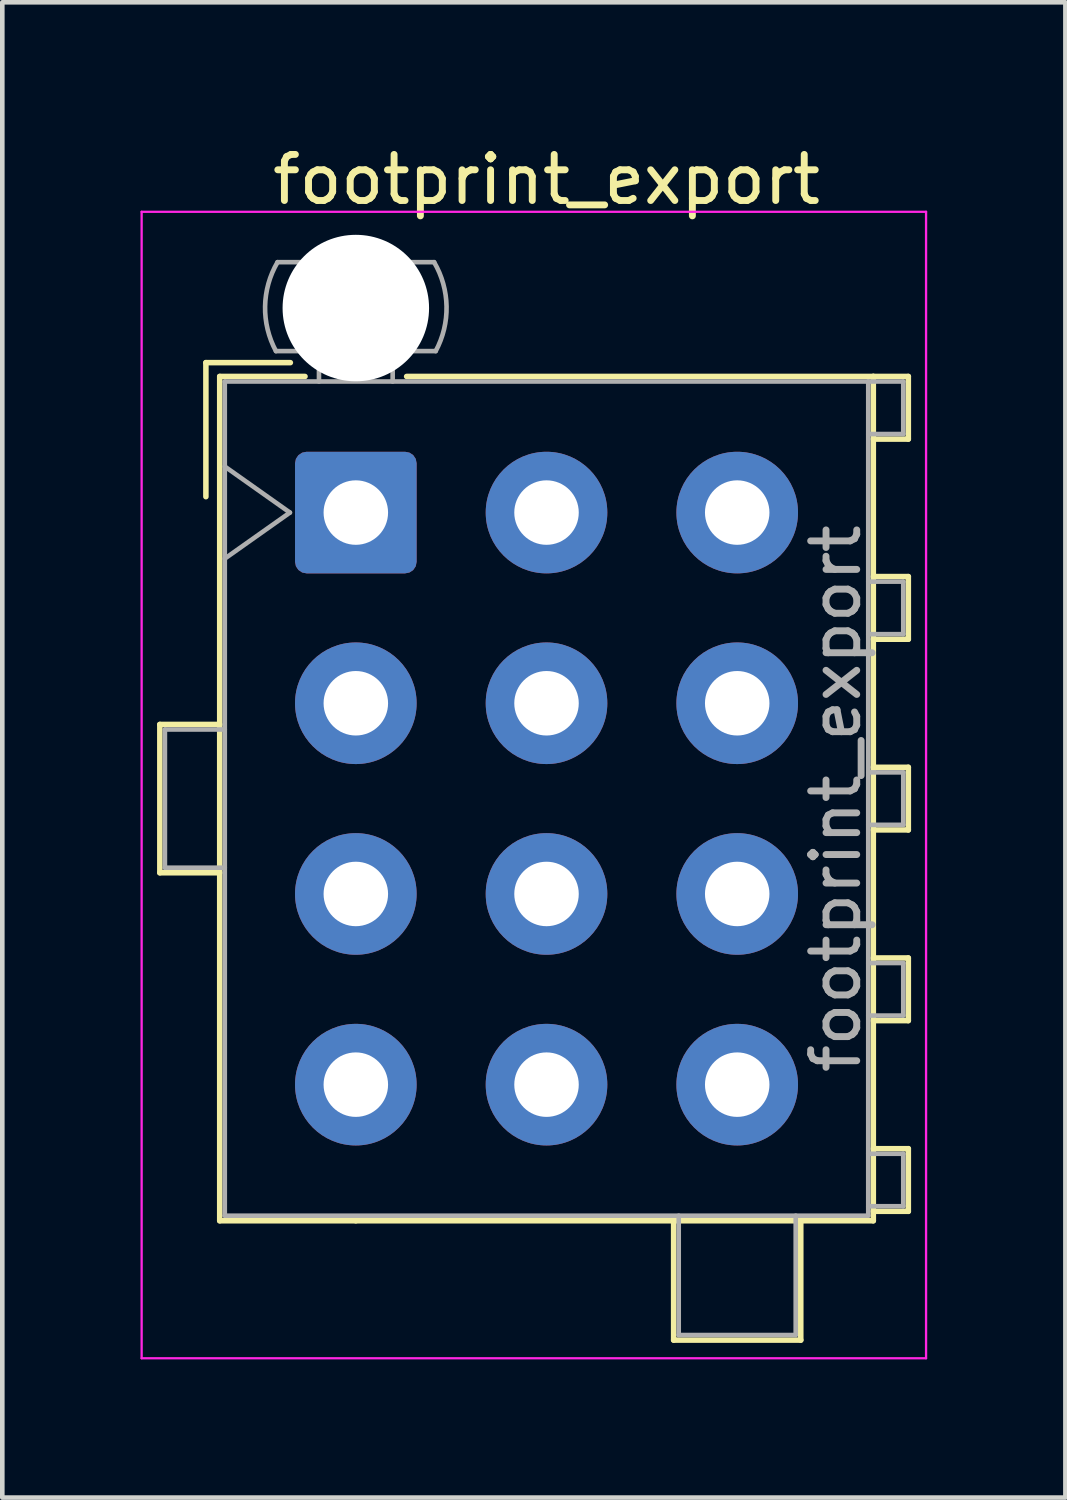
<source format=kicad_pcb>
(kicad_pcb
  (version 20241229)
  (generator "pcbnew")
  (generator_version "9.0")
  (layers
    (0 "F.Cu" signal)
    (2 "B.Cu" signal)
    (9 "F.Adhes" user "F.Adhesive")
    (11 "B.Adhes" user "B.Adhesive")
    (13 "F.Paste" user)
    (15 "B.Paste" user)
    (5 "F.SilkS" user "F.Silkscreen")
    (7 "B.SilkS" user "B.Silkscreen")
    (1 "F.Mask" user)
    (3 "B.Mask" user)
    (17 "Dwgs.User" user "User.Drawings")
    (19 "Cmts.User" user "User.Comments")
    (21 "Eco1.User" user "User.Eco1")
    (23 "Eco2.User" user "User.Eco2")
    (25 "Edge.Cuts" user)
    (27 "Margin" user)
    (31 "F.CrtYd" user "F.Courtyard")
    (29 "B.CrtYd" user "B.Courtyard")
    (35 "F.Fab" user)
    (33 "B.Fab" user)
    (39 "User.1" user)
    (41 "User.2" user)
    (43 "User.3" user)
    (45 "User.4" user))
  (footprint "footprint_export"
    (layer "F.Cu")
    (at 4.675 8.078)
    (property "Reference" "footprint_export" (at 4.14 -7.23 0) (layer "F.SilkS") (effects (font (size 1 1) (thickness 0.15))))
    (attr through_hole)
    (fp_line (start -4.255 4.6) (end -4.255 7.82) (stroke (width 0.12) (type solid)) (layer "F.SilkS"))
    (fp_line (start -4.255 7.82) (end -2.955 7.82) (stroke (width 0.12) (type solid)) (layer "F.SilkS"))
    (fp_line (start -3.255 -3.255) (end -3.255 -0.345) (stroke (width 0.12) (type solid)) (layer "F.SilkS"))
    (fp_line (start -2.955 -2.955) (end -2.955 15.375) (stroke (width 0.12) (type solid)) (layer "F.SilkS"))
    (fp_line (start -2.955 4.6) (end -4.255 4.6) (stroke (width 0.12) (type solid)) (layer "F.SilkS"))
    (fp_line (start -2.955 15.375) (end 0 15.375) (stroke (width 0.12) (type solid)) (layer "F.SilkS"))
    (fp_line (start -1.421 -3.255) (end -3.255 -3.255) (stroke (width 0.12) (type solid)) (layer "F.SilkS"))
    (fp_line (start -1.103 -2.955) (end -2.955 -2.955) (stroke (width 0.12) (type solid)) (layer "F.SilkS"))
    (fp_line (start 1.103 -2.955) (end 11.235 -2.955) (stroke (width 0.12) (type solid)) (layer "F.SilkS"))
    (fp_line (start 6.9 15.375) (end 6.9 17.966) (stroke (width 0.12) (type solid)) (layer "F.SilkS"))
    (fp_line (start 6.9 17.966) (end 9.66 17.966) (stroke (width 0.12) (type solid)) (layer "F.SilkS"))
    (fp_line (start 9.66 17.966) (end 9.66 15.375) (stroke (width 0.12) (type solid)) (layer "F.SilkS"))
    (fp_line (start 11.235 -2.955) (end 11.235 15.375) (stroke (width 0.12) (type solid)) (layer "F.SilkS"))
    (fp_line (start 11.235 -2.955) (end 11.995 -2.955) (stroke (width 0.12) (type solid)) (layer "F.SilkS"))
    (fp_line (start 11.235 1.39) (end 11.995 1.39) (stroke (width 0.12) (type solid)) (layer "F.SilkS"))
    (fp_line (start 11.235 5.53) (end 11.995 5.53) (stroke (width 0.12) (type solid)) (layer "F.SilkS"))
    (fp_line (start 11.235 9.67) (end 11.995 9.67) (stroke (width 0.12) (type solid)) (layer "F.SilkS"))
    (fp_line (start 11.235 13.81) (end 11.995 13.81) (stroke (width 0.12) (type solid)) (layer "F.SilkS"))
    (fp_line (start 11.235 15.375) (end 0 15.375) (stroke (width 0.12) (type solid)) (layer "F.SilkS"))
    (fp_line (start 11.995 -2.955) (end 11.995 -1.595) (stroke (width 0.12) (type solid)) (layer "F.SilkS"))
    (fp_line (start 11.995 -1.595) (end 11.235 -1.595) (stroke (width 0.12) (type solid)) (layer "F.SilkS"))
    (fp_line (start 11.995 1.39) (end 11.995 2.75) (stroke (width 0.12) (type solid)) (layer "F.SilkS"))
    (fp_line (start 11.995 2.75) (end 11.235 2.75) (stroke (width 0.12) (type solid)) (layer "F.SilkS"))
    (fp_line (start 11.995 5.53) (end 11.995 6.89) (stroke (width 0.12) (type solid)) (layer "F.SilkS"))
    (fp_line (start 11.995 6.89) (end 11.235 6.89) (stroke (width 0.12) (type solid)) (layer "F.SilkS"))
    (fp_line (start 11.995 9.67) (end 11.995 11.03) (stroke (width 0.12) (type solid)) (layer "F.SilkS"))
    (fp_line (start 11.995 11.03) (end 11.235 11.03) (stroke (width 0.12) (type solid)) (layer "F.SilkS"))
    (fp_line (start 11.995 13.81) (end 11.995 15.17) (stroke (width 0.12) (type solid)) (layer "F.SilkS"))
    (fp_line (start 11.995 15.17) (end 11.235 15.17) (stroke (width 0.12) (type solid)) (layer "F.SilkS"))
    (fp_line (start -4.65 -6.53) (end -4.65 18.36) (stroke (width 0.05) (type solid)) (layer "F.CrtYd"))
    (fp_line (start -4.65 18.36) (end 12.38 18.36) (stroke (width 0.05) (type solid)) (layer "F.CrtYd"))
    (fp_line (start 12.38 -6.53) (end -4.65 -6.53) (stroke (width 0.05) (type solid)) (layer "F.CrtYd"))
    (fp_line (start 12.38 18.36) (end 12.38 -6.53) (stroke (width 0.05) (type solid)) (layer "F.CrtYd"))
    (fp_line (start -4.145 4.71) (end -4.145 7.71) (stroke (width 0.1) (type solid)) (layer "F.Fab"))
    (fp_line (start -4.145 7.71) (end -2.845 7.71) (stroke (width 0.1) (type solid)) (layer "F.Fab"))
    (fp_line (start -2.845 -2.845) (end -2.845 15.265) (stroke (width 0.1) (type solid)) (layer "F.Fab"))
    (fp_line (start -2.845 -1) (end -1.431 0) (stroke (width 0.1) (type solid)) (layer "F.Fab"))
    (fp_line (start -2.845 4.71) (end -4.145 4.71) (stroke (width 0.1) (type solid)) (layer "F.Fab"))
    (fp_line (start -2.845 15.265) (end 11.125 15.265) (stroke (width 0.1) (type solid)) (layer "F.Fab"))
    (fp_line (start -1.431 0) (end -2.845 1) (stroke (width 0.1) (type solid)) (layer "F.Fab"))
    (fp_line (start -0.8 -2.845) (end -0.8 -3.505) (stroke (width 0.1) (type solid)) (layer "F.Fab"))
    (fp_line (start 0.8 -2.845) (end 0.8 -3.505) (stroke (width 0.1) (type solid)) (layer "F.Fab"))
    (fp_line (start 1.7 -5.436) (end -1.7 -5.436) (stroke (width 0.1) (type solid)) (layer "F.Fab"))
    (fp_line (start 1.734 -3.505) (end -1.734 -3.505) (stroke (width 0.1) (type solid)) (layer "F.Fab"))
    (fp_line (start 7.01 15.265) (end 7.01 17.856) (stroke (width 0.1) (type solid)) (layer "F.Fab"))
    (fp_line (start 7.01 17.856) (end 9.55 17.856) (stroke (width 0.1) (type solid)) (layer "F.Fab"))
    (fp_line (start 9.55 17.856) (end 9.55 15.265) (stroke (width 0.1) (type solid)) (layer "F.Fab"))
    (fp_line (start 11.125 -2.845) (end -2.845 -2.845) (stroke (width 0.1) (type solid)) (layer "F.Fab"))
    (fp_line (start 11.125 -2.845) (end 11.885 -2.845) (stroke (width 0.1) (type solid)) (layer "F.Fab"))
    (fp_line (start 11.125 1.5) (end 11.885 1.5) (stroke (width 0.1) (type solid)) (layer "F.Fab"))
    (fp_line (start 11.125 5.64) (end 11.885 5.64) (stroke (width 0.1) (type solid)) (layer "F.Fab"))
    (fp_line (start 11.125 9.78) (end 11.885 9.78) (stroke (width 0.1) (type solid)) (layer "F.Fab"))
    (fp_line (start 11.125 13.92) (end 11.885 13.92) (stroke (width 0.1) (type solid)) (layer "F.Fab"))
    (fp_line (start 11.125 15.265) (end 11.125 -2.845) (stroke (width 0.1) (type solid)) (layer "F.Fab"))
    (fp_line (start 11.885 -2.845) (end 11.885 -1.705) (stroke (width 0.1) (type solid)) (layer "F.Fab"))
    (fp_line (start 11.885 -1.705) (end 11.125 -1.705) (stroke (width 0.1) (type solid)) (layer "F.Fab"))
    (fp_line (start 11.885 1.5) (end 11.885 2.64) (stroke (width 0.1) (type solid)) (layer "F.Fab"))
    (fp_line (start 11.885 2.64) (end 11.125 2.64) (stroke (width 0.1) (type solid)) (layer "F.Fab"))
    (fp_line (start 11.885 5.64) (end 11.885 6.78) (stroke (width 0.1) (type solid)) (layer "F.Fab"))
    (fp_line (start 11.885 6.78) (end 11.125 6.78) (stroke (width 0.1) (type solid)) (layer "F.Fab"))
    (fp_line (start 11.885 9.78) (end 11.885 10.92) (stroke (width 0.1) (type solid)) (layer "F.Fab"))
    (fp_line (start 11.885 10.92) (end 11.125 10.92) (stroke (width 0.1) (type solid)) (layer "F.Fab"))
    (fp_line (start 11.885 13.92) (end 11.885 15.06) (stroke (width 0.1) (type solid)) (layer "F.Fab"))
    (fp_line (start 11.885 15.06) (end 11.125 15.06) (stroke (width 0.1) (type solid)) (layer "F.Fab"))
    (fp_arc (start -1.733977 -3.505) (mid -1.96969 -4.474992) (end -1.699672 -5.436) (stroke (width 0.1) (type solid)) (layer "F.Fab"))
    (fp_arc (start 1.699672 -5.436) (mid 1.969689 -4.474992) (end 1.733977 -3.505) (stroke (width 0.1) (type solid)) (layer "F.Fab"))
    (fp_text user "${REFERENCE}" (at 10.42 6.21 90) (layer "F.Fab") (effects (font (size 1 1) (thickness 0.15))))
    (pad "" np_thru_hole circle (at 0 -4.44) (size 3.18 3.18) (drill 3.18) (layers "*.Cu" "*.Mask"))
    (pad "1" thru_hole roundrect (at 0 0) (size 2.64 2.64) (drill 1.4) (layers "*.Cu" "*.Mask") (roundrect_rratio 0.095))
    (pad "2" thru_hole circle (at 0 4.14) (size 2.64 2.64) (drill 1.4) (layers "*.Cu" "*.Mask"))
    (pad "3" thru_hole circle (at 0 8.28) (size 2.64 2.64) (drill 1.4) (layers "*.Cu" "*.Mask"))
    (pad "4" thru_hole circle (at 0 12.42) (size 2.64 2.64) (drill 1.4) (layers "*.Cu" "*.Mask"))
    (pad "5" thru_hole circle (at 4.14 0) (size 2.64 2.64) (drill 1.4) (layers "*.Cu" "*.Mask"))
    (pad "6" thru_hole circle (at 4.14 4.14) (size 2.64 2.64) (drill 1.4) (layers "*.Cu" "*.Mask"))
    (pad "7" thru_hole circle (at 4.14 8.28) (size 2.64 2.64) (drill 1.4) (layers "*.Cu" "*.Mask"))
    (pad "8" thru_hole circle (at 4.14 12.42) (size 2.64 2.64) (drill 1.4) (layers "*.Cu" "*.Mask"))
    (pad "9" thru_hole circle (at 8.28 0) (size 2.64 2.64) (drill 1.4) (layers "*.Cu" "*.Mask"))
    (pad "10" thru_hole circle (at 8.28 4.14) (size 2.64 2.64) (drill 1.4) (layers "*.Cu" "*.Mask"))
    (pad "11" thru_hole circle (at 8.28 8.28) (size 2.64 2.64) (drill 1.4) (layers "*.Cu" "*.Mask"))
    (pad "12" thru_hole circle (at 8.28 12.42) (size 2.64 2.64) (drill 1.4) (layers "*.Cu" "*.Mask")))
  (gr_rect
    (start -3 -3)
    (end 20.08 29.463)
    (stroke (width 0.1) (type default))
    (fill no)
    (layer "Edge.Cuts")))
</source>
